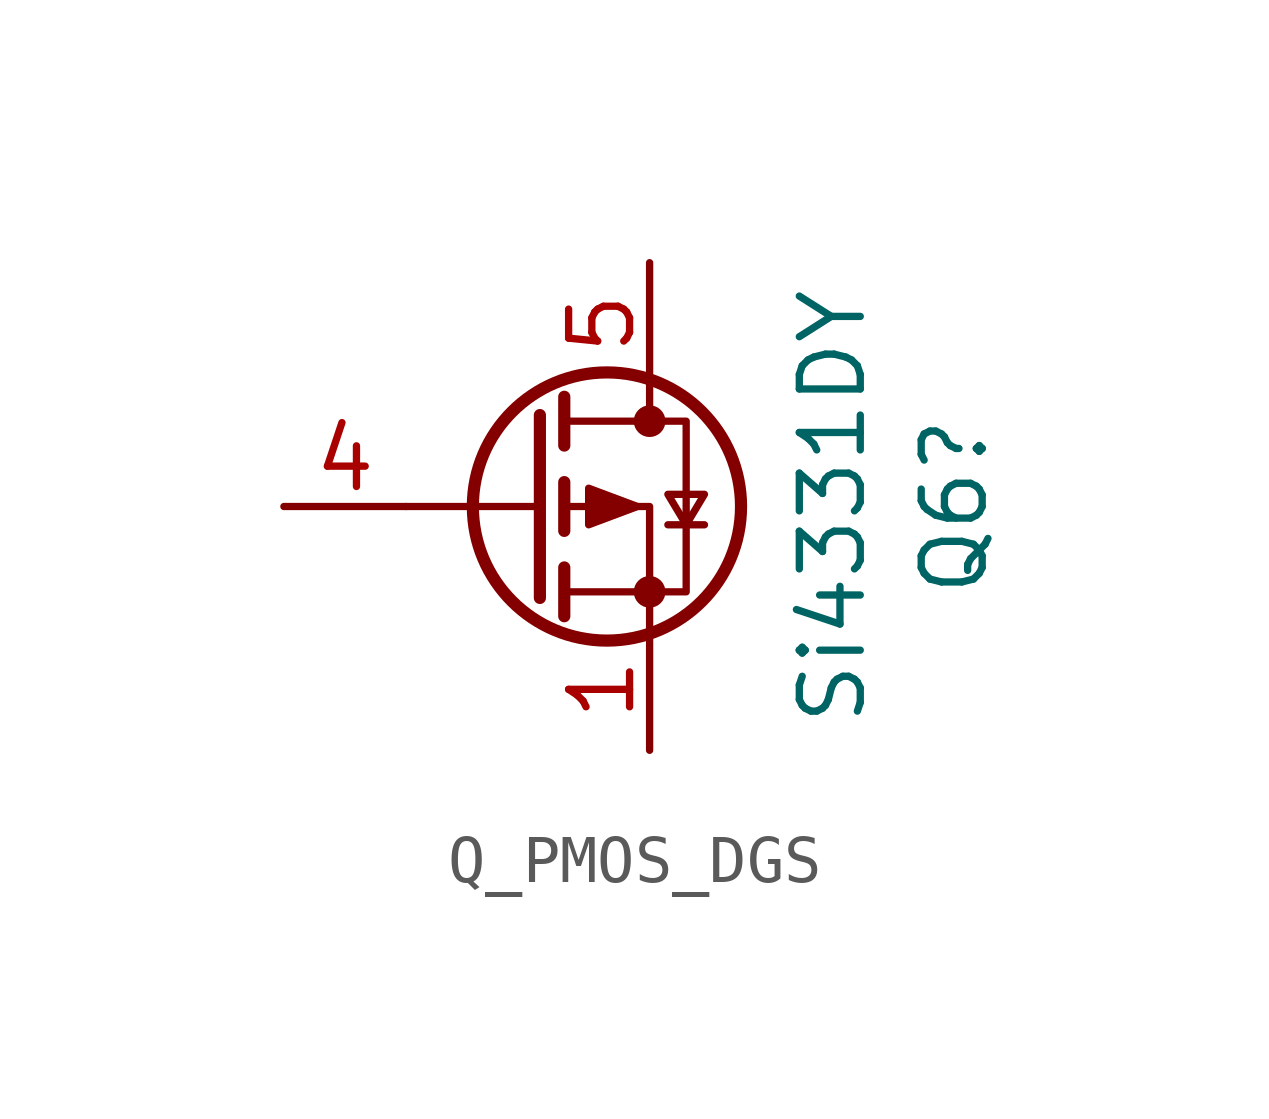
<source format=kicad_sym>
(kicad_symbol_lib
  (version 20241209)
  (generator "kicad_symbol_editor")
  (generator_version "9.0")
  (symbol "Q_PMOS_DGS"
    (pin_names
      (offset 0)
      (hide yes))
    (property "Reference" "Q6"
      (at 8.89 0 90)
      (effects (font (size 1.27 1.27))))
    (property "Value" "Si4331DY"
      (at 6.35 0 90)
      (effects (font (size 1.27 1.27))))
    (symbol "Q_PMOS_DGS_0_1"
      (polyline (pts (xy 0.254 1.905) (xy 0.254 -1.905)) (stroke (width 0.254) (type default)) (fill (type none)))
      (polyline (pts (xy 0.254 0) (xy -2.54 0)) (stroke (width 0) (type default)) (fill (type none)))
      (polyline (pts (xy 0.762 2.286) (xy 0.762 1.27)) (stroke (width 0.254) (type default)) (fill (type none)))
      (polyline (pts (xy 0.762 1.778) (xy 3.302 1.778) (xy 3.302 -1.778) (xy 0.762 -1.778)) (stroke (width 0) (type default)) (fill (type none)))
      (polyline (pts (xy 0.762 0.508) (xy 0.762 -0.508)) (stroke (width 0.254) (type default)) (fill (type none)))
      (polyline (pts (xy 0.762 -1.27) (xy 0.762 -2.286)) (stroke (width 0.254) (type default)) (fill (type none)))
      (circle (center 1.651 0) (radius 2.794) (stroke (width 0.254) (type default)) (fill (type none)))
      (polyline (pts (xy 2.286 0) (xy 1.27 0.381) (xy 1.27 -0.381) (xy 2.286 0)) (stroke (width 0) (type default)) (fill (type outline)))
      (polyline (pts (xy 2.54 2.54) (xy 2.54 1.778)) (stroke (width 0) (type default)) (fill (type none)))
      (circle (center 2.54 1.778) (radius 0.254) (stroke (width 0) (type default)) (fill (type outline)))
      (circle (center 2.54 -1.778) (radius 0.254) (stroke (width 0) (type default)) (fill (type outline)))
      (polyline (pts (xy 2.54 -2.54) (xy 2.54 0) (xy 0.762 0)) (stroke (width 0) (type default)) (fill (type none)))
      (polyline (pts (xy 2.921 -0.381) (xy 3.683 -0.381)) (stroke (width 0) (type default)) (fill (type none)))
      (polyline (pts (xy 3.302 -0.381) (xy 2.921 0.254) (xy 3.683 0.254) (xy 3.302 -0.381)) (stroke (width 0) (type default)) (fill (type none))))
    (symbol "Q_PMOS_DGS_1_1"
      (pin passive line (at -5.08 0 0) (length 2.54) (name "G" (effects (font (size 1.27 1.27)))) (number "4" (effects (font (size 1.27 1.27)))))
      (pin passive line (at 2.54 5.08 270) (length 2.54) (name "D" (effects (font (size 1.27 1.27)))) (number "5" (effects (font (size 1.27 1.27)))))
      (pin passive line (at 2.54 5.08 270) (length 2.54) (hide yes) (name "D" (effects (font (size 1.27 1.27)))) (number "6" (effects (font (size 1.27 1.27)))))
      (pin passive line (at 2.54 5.08 270) (length 2.54) (hide yes) (name "D" (effects (font (size 1.27 1.27)))) (number "7" (effects (font (size 1.27 1.27)))))
      (pin passive line (at 2.54 5.08 270) (length 2.54) (hide yes) (name "D" (effects (font (size 1.27 1.27)))) (number "8" (effects (font (size 1.27 1.27)))))
      (pin passive line (at 2.54 -5.08 90) (length 2.54) (name "S" (effects (font (size 1.27 1.27)))) (number "1" (effects (font (size 1.27 1.27)))))
      (pin passive line (at 2.54 -5.08 90) (length 2.54) (hide yes) (name "S" (effects (font (size 1.27 1.27)))) (number "2" (effects (font (size 1.27 1.27)))))
      (pin passive line (at 2.54 -5.08 90) (length 2.54) (hide yes) (name "S" (effects (font (size 1.27 1.27)))) (number "3" (effects (font (size 1.27 1.27))))))))
</source>
